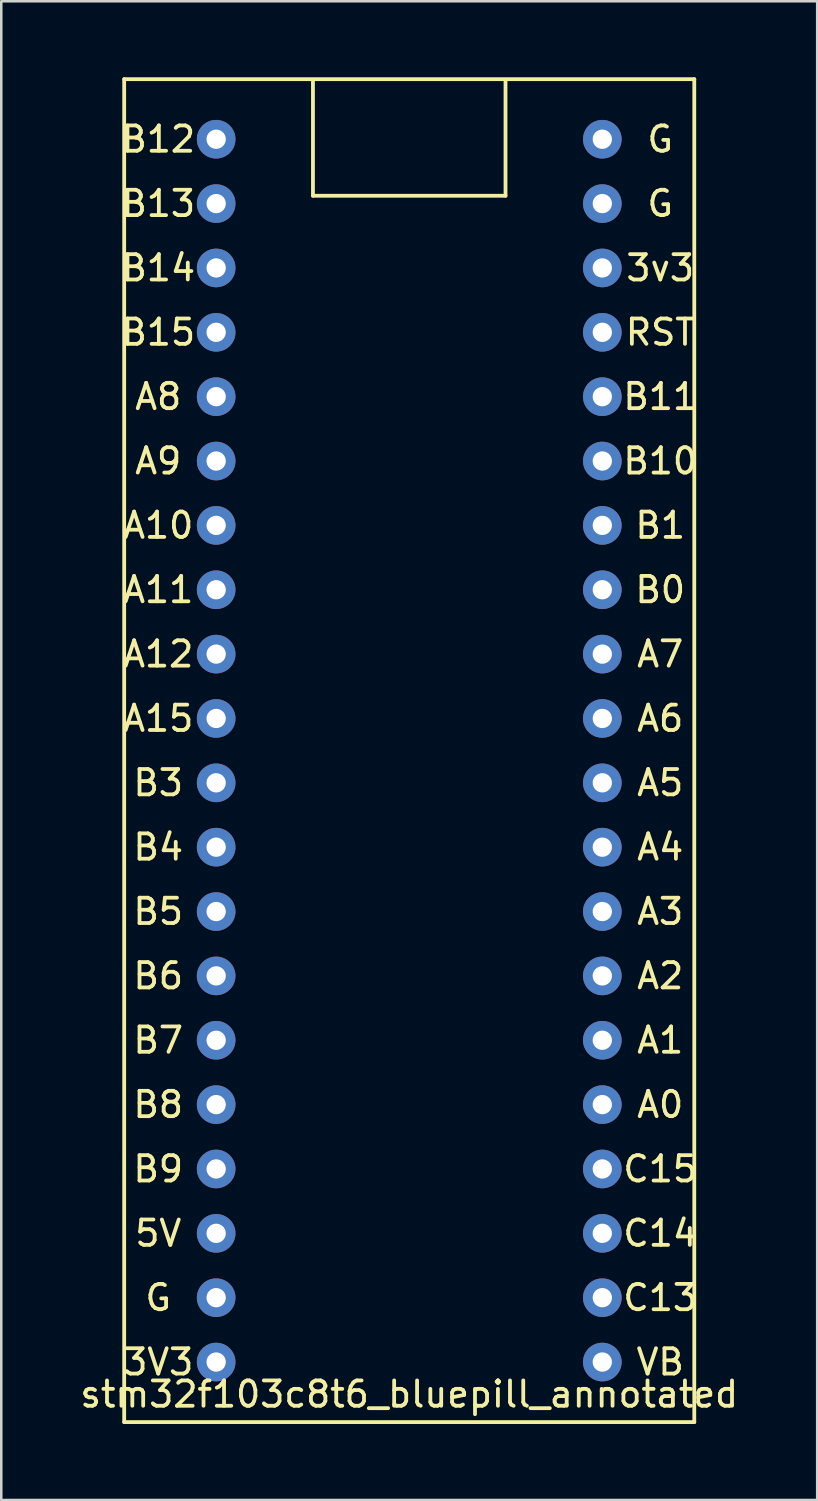
<source format=kicad_pcb>
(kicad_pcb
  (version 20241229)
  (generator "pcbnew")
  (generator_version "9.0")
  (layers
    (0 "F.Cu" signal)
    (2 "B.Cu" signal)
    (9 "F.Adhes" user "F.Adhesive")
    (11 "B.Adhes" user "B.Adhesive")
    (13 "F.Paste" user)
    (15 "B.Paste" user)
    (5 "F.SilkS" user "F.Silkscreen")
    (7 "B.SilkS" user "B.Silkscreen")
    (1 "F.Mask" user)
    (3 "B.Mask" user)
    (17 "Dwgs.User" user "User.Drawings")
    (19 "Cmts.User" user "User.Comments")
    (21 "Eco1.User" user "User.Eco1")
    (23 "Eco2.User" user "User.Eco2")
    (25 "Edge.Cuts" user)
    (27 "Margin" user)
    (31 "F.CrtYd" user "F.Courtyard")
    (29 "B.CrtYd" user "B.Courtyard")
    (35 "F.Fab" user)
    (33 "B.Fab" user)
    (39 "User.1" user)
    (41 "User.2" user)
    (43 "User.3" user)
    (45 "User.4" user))
  (footprint "stm32f103c8t6_bluepill_annotated"
    (layer "F.Cu")
    (at 13.101 26.575)
    (property "Reference" "stm32f103c8t6_bluepill_annotated" (at 0 25.4 0) (layer "F.SilkS") (effects (font (size 1 1) (thickness 0.15))))
    (attr through_hole)
    (fp_line (start -11.25 -26.5) (end 11.25 -26.5) (stroke (width 0.15) (type solid)) (layer "F.SilkS"))
    (fp_line (start -11.25 26.5) (end -11.25 -26.5) (stroke (width 0.15) (type solid)) (layer "F.SilkS"))
    (fp_line (start -3.8 -26.4) (end -3.8 -21.9) (stroke (width 0.15) (type solid)) (layer "F.SilkS"))
    (fp_line (start -3.8 -21.9) (end 3.8 -21.9) (stroke (width 0.15) (type solid)) (layer "F.SilkS"))
    (fp_line (start 3.8 -21.9) (end 3.8 -26.4) (stroke (width 0.15) (type solid)) (layer "F.SilkS"))
    (fp_line (start 11.25 -26.5) (end 11.25 26.5) (stroke (width 0.15) (type solid)) (layer "F.SilkS"))
    (fp_line (start 11.25 26.5) (end -11.25 26.5) (stroke (width 0.15) (type solid)) (layer "F.SilkS"))
    (fp_text user "B5" (at -9.906 6.35 0) (layer "F.SilkS") (effects (font (size 1 1) (thickness 0.15))))
    (fp_text user "B1" (at 9.906 -8.89 0) (layer "F.SilkS") (effects (font (size 1 1) (thickness 0.15))))
    (fp_text user "A7" (at 9.906 -3.81 0) (layer "F.SilkS") (effects (font (size 1 1) (thickness 0.15))))
    (fp_text user "A0" (at 9.906 13.97 0) (layer "F.SilkS") (effects (font (size 1 1) (thickness 0.15))))
    (fp_text user "C13" (at 9.906 21.59 0) (layer "F.SilkS") (effects (font (size 1 1) (thickness 0.15))))
    (fp_text user "B12" (at -9.906 -24.13 0) (layer "F.SilkS") (effects (font (size 1 1) (thickness 0.15))))
    (fp_text user "B3" (at -9.906 1.27 0) (layer "F.SilkS") (effects (font (size 1 1) (thickness 0.15))))
    (fp_text user "G" (at 9.906 -21.59 0) (layer "F.SilkS") (effects (font (size 1 1) (thickness 0.15))))
    (fp_text user "G" (at -9.906 21.59 0) (layer "F.SilkS") (effects (font (size 1 1) (thickness 0.15))))
    (fp_text user "A5" (at 9.906 1.27 0) (layer "F.SilkS") (effects (font (size 1 1) (thickness 0.15))))
    (fp_text user "A15" (at -9.906 -1.27 0) (layer "F.SilkS") (effects (font (size 1 1) (thickness 0.15))))
    (fp_text user "B0" (at 9.906 -6.35 0) (layer "F.SilkS") (effects (font (size 1 1) (thickness 0.15))))
    (fp_text user "C15" (at 9.906 16.51 0) (layer "F.SilkS") (effects (font (size 1 1) (thickness 0.15))))
    (fp_text user "B15" (at -9.906 -16.51 0) (layer "F.SilkS") (effects (font (size 1 1) (thickness 0.15))))
    (fp_text user "B8" (at -9.906 13.97 0) (layer "F.SilkS") (effects (font (size 1 1) (thickness 0.15))))
    (fp_text user "A1" (at 9.906 11.43 0) (layer "F.SilkS") (effects (font (size 1 1) (thickness 0.15))))
    (fp_text user "A8" (at -9.906 -13.97 0) (layer "F.SilkS") (effects (font (size 1 1) (thickness 0.15))))
    (fp_text user "G" (at 9.906 -24.13 0) (layer "F.SilkS") (effects (font (size 1 1) (thickness 0.15))))
    (fp_text user "B7" (at -9.906 11.43 0) (layer "F.SilkS") (effects (font (size 1 1) (thickness 0.15))))
    (fp_text user "B13" (at -9.906 -21.59 0) (layer "F.SilkS") (effects (font (size 1 1) (thickness 0.15))))
    (fp_text user "A12" (at -9.906 -3.81 0) (layer "F.SilkS") (effects (font (size 1 1) (thickness 0.15))))
    (fp_text user "B4" (at -9.906 3.81 0) (layer "F.SilkS") (effects (font (size 1 1) (thickness 0.15))))
    (fp_text user "A10" (at -9.906 -8.89 0) (layer "F.SilkS") (effects (font (size 1 1) (thickness 0.15))))
    (fp_text user "C14" (at 9.906 19.05 0) (layer "F.SilkS") (effects (font (size 1 1) (thickness 0.15))))
    (fp_text user "B14" (at -9.906 -19.05 0) (layer "F.SilkS") (effects (font (size 1 1) (thickness 0.15))))
    (fp_text user "A6" (at 9.906 -1.27 0) (layer "F.SilkS") (effects (font (size 1 1) (thickness 0.15))))
    (fp_text user "3v3" (at 9.906 -19.05 0) (layer "F.SilkS") (effects (font (size 1 1) (thickness 0.15))))
    (fp_text user "B11" (at 9.906 -13.97 0) (layer "F.SilkS") (effects (font (size 1 1) (thickness 0.15))))
    (fp_text user "A4" (at 9.906 3.81 0) (layer "F.SilkS") (effects (font (size 1 1) (thickness 0.15))))
    (fp_text user "RST" (at 9.906 -16.51 0) (layer "F.SilkS") (effects (font (size 1 1) (thickness 0.15))))
    (fp_text user "A2" (at 9.906 8.89 0) (layer "F.SilkS") (effects (font (size 1 1) (thickness 0.15))))
    (fp_text user "A3" (at 9.906 6.35 0) (layer "F.SilkS") (effects (font (size 1 1) (thickness 0.15))))
    (fp_text user "VB" (at 9.906 24.13 0) (layer "F.SilkS") (effects (font (size 1 1) (thickness 0.15))))
    (fp_text user "A11" (at -9.906 -6.35 0) (layer "F.SilkS") (effects (font (size 1 1) (thickness 0.15))))
    (fp_text user "B6" (at -9.906 8.89 0) (layer "F.SilkS") (effects (font (size 1 1) (thickness 0.15))))
    (fp_text user "B10" (at 9.906 -11.43 0) (layer "F.SilkS") (effects (font (size 1 1) (thickness 0.15))))
    (fp_text user "5V" (at -9.906 19.05 0) (layer "F.SilkS") (effects (font (size 1 1) (thickness 0.15))))
    (fp_text user "3V3" (at -9.906 24.13 0) (layer "F.SilkS") (effects (font (size 1 1) (thickness 0.15))))
    (fp_text user "B9" (at -9.906 16.51 0) (layer "F.SilkS") (effects (font (size 1 1) (thickness 0.15))))
    (fp_text user "A9" (at -9.906 -11.43 0) (layer "F.SilkS") (effects (font (size 1 1) (thickness 0.15))))
    (pad "3V3" thru_hole circle (at -7.62 24.13) (size 1.524 1.524) (drill 0.762) (layers "*.Cu" "*.Mask"))
    (pad "3V3" thru_hole circle (at 7.62 -19.05) (size 1.524 1.524) (drill 0.762) (layers "*.Cu" "*.Mask"))
    (pad "5V" thru_hole circle (at -7.62 19.05) (size 1.524 1.524) (drill 0.762) (layers "*.Cu" "*.Mask"))
    (pad "G" thru_hole circle (at -7.62 21.59) (size 1.524 1.524) (drill 0.762) (layers "*.Cu" "*.Mask"))
    (pad "G" thru_hole circle (at 7.62 -24.13) (size 1.524 1.524) (drill 0.762) (layers "*.Cu" "*.Mask"))
    (pad "G" thru_hole circle (at 7.62 -21.59) (size 1.524 1.524) (drill 0.762) (layers "*.Cu" "*.Mask"))
    (pad "NRST" thru_hole circle (at 7.62 -16.51) (size 1.524 1.524) (drill 0.762) (layers "*.Cu" "*.Mask"))
    (pad "PA0" thru_hole circle (at 7.62 13.97) (size 1.524 1.524) (drill 0.762) (layers "*.Cu" "*.Mask"))
    (pad "PA1" thru_hole circle (at 7.62 11.43) (size 1.524 1.524) (drill 0.762) (layers "*.Cu" "*.Mask"))
    (pad "PA2" thru_hole circle (at 7.62 8.89) (size 1.524 1.524) (drill 0.762) (layers "*.Cu" "*.Mask"))
    (pad "PA3" thru_hole circle (at 7.62 6.35) (size 1.524 1.524) (drill 0.762) (layers "*.Cu" "*.Mask"))
    (pad "PA4" thru_hole circle (at 7.62 3.81) (size 1.524 1.524) (drill 0.762) (layers "*.Cu" "*.Mask"))
    (pad "PA5" thru_hole circle (at 7.62 1.27) (size 1.524 1.524) (drill 0.762) (layers "*.Cu" "*.Mask"))
    (pad "PA6" thru_hole circle (at 7.62 -1.27) (size 1.524 1.524) (drill 0.762) (layers "*.Cu" "*.Mask"))
    (pad "PA7" thru_hole circle (at 7.62 -3.81) (size 1.524 1.524) (drill 0.762) (layers "*.Cu" "*.Mask"))
    (pad "PA8" thru_hole circle (at -7.62 -13.97) (size 1.524 1.524) (drill 0.762) (layers "*.Cu" "*.Mask"))
    (pad "PA9" thru_hole circle (at -7.62 -11.43) (size 1.524 1.524) (drill 0.762) (layers "*.Cu" "*.Mask"))
    (pad "PA10" thru_hole circle (at -7.62 -8.89) (size 1.524 1.524) (drill 0.762) (layers "*.Cu" "*.Mask"))
    (pad "PA11" thru_hole circle (at -7.62 -6.35) (size 1.524 1.524) (drill 0.762) (layers "*.Cu" "*.Mask"))
    (pad "PA12" thru_hole circle (at -7.62 -3.81) (size 1.524 1.524) (drill 0.762) (layers "*.Cu" "*.Mask"))
    (pad "PA15" thru_hole circle (at -7.62 -1.27) (size 1.524 1.524) (drill 0.762) (layers "*.Cu" "*.Mask"))
    (pad "PB0" thru_hole circle (at 7.62 -6.35) (size 1.524 1.524) (drill 0.762) (layers "*.Cu" "*.Mask"))
    (pad "PB1" thru_hole circle (at 7.62 -8.89) (size 1.524 1.524) (drill 0.762) (layers "*.Cu" "*.Mask"))
    (pad "PB3" thru_hole circle (at -7.62 1.27) (size 1.524 1.524) (drill 0.762) (layers "*.Cu" "*.Mask"))
    (pad "PB4" thru_hole circle (at -7.62 3.81) (size 1.524 1.524) (drill 0.762) (layers "*.Cu" "*.Mask"))
    (pad "PB5" thru_hole circle (at -7.62 6.35) (size 1.524 1.524) (drill 0.762) (layers "*.Cu" "*.Mask"))
    (pad "PB6" thru_hole circle (at -7.62 8.89) (size 1.524 1.524) (drill 0.762) (layers "*.Cu" "*.Mask"))
    (pad "PB7" thru_hole circle (at -7.62 11.43) (size 1.524 1.524) (drill 0.762) (layers "*.Cu" "*.Mask"))
    (pad "PB8" thru_hole circle (at -7.62 13.97) (size 1.524 1.524) (drill 0.762) (layers "*.Cu" "*.Mask"))
    (pad "PB9" thru_hole circle (at -7.62 16.51) (size 1.524 1.524) (drill 0.762) (layers "*.Cu" "*.Mask"))
    (pad "PB10" thru_hole circle (at 7.62 -11.43) (size 1.524 1.524) (drill 0.762) (layers "*.Cu" "*.Mask"))
    (pad "PB11" thru_hole circle (at 7.62 -13.97) (size 1.524 1.524) (drill 0.762) (layers "*.Cu" "*.Mask"))
    (pad "PB12" thru_hole circle (at -7.62 -24.13) (size 1.524 1.524) (drill 0.762) (layers "*.Cu" "*.Mask"))
    (pad "PB13" thru_hole circle (at -7.62 -21.59) (size 1.524 1.524) (drill 0.762) (layers "*.Cu" "*.Mask"))
    (pad "PB14" thru_hole circle (at -7.62 -19.05) (size 1.524 1.524) (drill 0.762) (layers "*.Cu" "*.Mask"))
    (pad "PB15" thru_hole circle (at -7.62 -16.51) (size 1.524 1.524) (drill 0.762) (layers "*.Cu" "*.Mask"))
    (pad "PC13" thru_hole circle (at 7.62 21.59) (size 1.524 1.524) (drill 0.762) (layers "*.Cu" "*.Mask"))
    (pad "PC14" thru_hole circle (at 7.62 19.05) (size 1.524 1.524) (drill 0.762) (layers "*.Cu" "*.Mask"))
    (pad "PC15" thru_hole circle (at 7.62 16.51) (size 1.524 1.524) (drill 0.762) (layers "*.Cu" "*.Mask"))
    (pad "VBAT" thru_hole circle (at 7.62 24.13) (size 1.524 1.524) (drill 0.762) (layers "*.Cu" "*.Mask")))
  (gr_rect
    (start -3 -3)
    (end 29.202 56.15)
    (stroke (width 0.1) (type default))
    (fill no)
    (layer "Edge.Cuts")))
</source>
